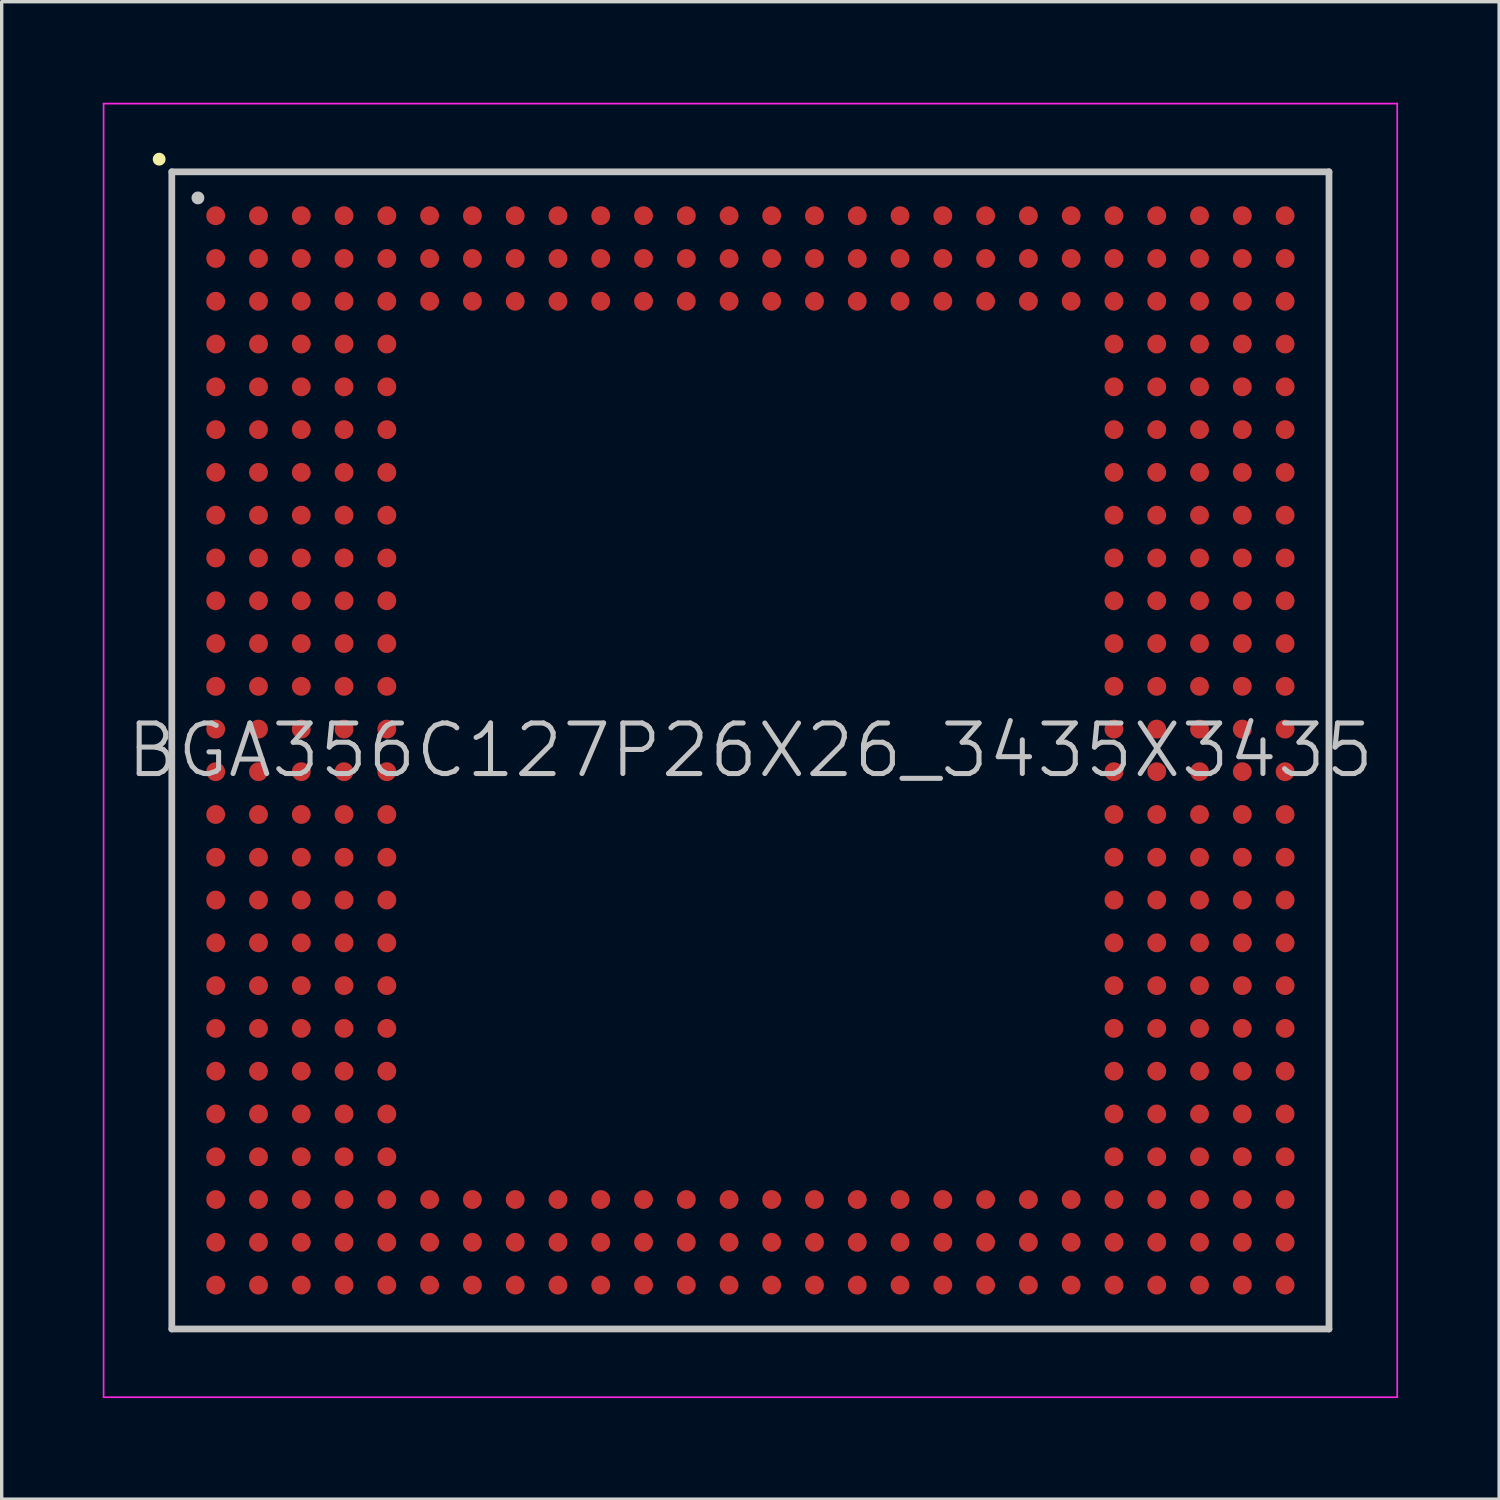
<source format=kicad_pcb>
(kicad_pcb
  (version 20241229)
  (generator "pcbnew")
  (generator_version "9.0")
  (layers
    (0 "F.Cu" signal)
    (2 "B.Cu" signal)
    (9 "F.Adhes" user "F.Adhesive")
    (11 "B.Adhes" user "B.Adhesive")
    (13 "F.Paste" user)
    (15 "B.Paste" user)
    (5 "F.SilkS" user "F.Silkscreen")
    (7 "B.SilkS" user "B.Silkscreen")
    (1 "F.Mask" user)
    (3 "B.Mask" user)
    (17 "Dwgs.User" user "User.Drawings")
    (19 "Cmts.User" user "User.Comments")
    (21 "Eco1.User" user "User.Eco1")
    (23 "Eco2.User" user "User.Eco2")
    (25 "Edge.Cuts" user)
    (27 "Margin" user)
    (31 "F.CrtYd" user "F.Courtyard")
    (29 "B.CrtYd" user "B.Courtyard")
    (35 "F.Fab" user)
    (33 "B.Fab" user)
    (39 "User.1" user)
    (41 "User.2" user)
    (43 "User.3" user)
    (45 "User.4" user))
  (footprint "BGA356C127P26X26_3435X3435"
    (layer "F.Cu")
    (at 19.225 19.225)
    (property "Reference" "BGA356C127P26X26_3435X3435" (at 0 0 0) (layer "Dwgs.User") (effects (font (size 1.5 1.5) (thickness 0.15))))
    (attr smd)
    (fp_line (start -17.55 -17.55) (end -17.55 -17.55) (stroke (width 0.381) (type solid)) (layer "F.SilkS"))
    (fp_line (start -17.175 -17.175) (end -17.175 17.175) (stroke (width 0.2) (type solid)) (layer "Dwgs.User"))
    (fp_line (start -17.175 -17.175) (end 17.175 -17.175) (stroke (width 0.2) (type solid)) (layer "Dwgs.User"))
    (fp_line (start -17.175 17.175) (end 17.175 17.175) (stroke (width 0.2) (type solid)) (layer "Dwgs.User"))
    (fp_line (start -16.4 -16.4) (end -16.4 -16.4) (stroke (width 0.381) (type solid)) (layer "Dwgs.User"))
    (fp_line (start 17.175 -17.175) (end 17.175 17.175) (stroke (width 0.2) (type solid)) (layer "Dwgs.User"))
    (fp_line (start -19.2 -19.2) (end -19.2 19.2) (stroke (width 0.05) (type solid)) (layer "F.CrtYd"))
    (fp_line (start -19.2 -19.2) (end 19.2 -19.2) (stroke (width 0.05) (type solid)) (layer "F.CrtYd"))
    (fp_line (start -19.2 19.2) (end 19.2 19.2) (stroke (width 0.05) (type solid)) (layer "F.CrtYd"))
    (fp_line (start 19.2 -19.2) (end 19.2 19.2) (stroke (width 0.05) (type solid)) (layer "F.CrtYd"))
    (pad "A1" smd circle (at -15.872 -15.872 270) (size 0.56 0.56) (layers "F.Cu" "F.Mask" "F.Paste"))
    (pad "A2" smd circle (at -14.602 -15.872 270) (size 0.56 0.56) (layers "F.Cu" "F.Mask" "F.Paste"))
    (pad "A3" smd circle (at -13.332 -15.872 270) (size 0.56 0.56) (layers "F.Cu" "F.Mask" "F.Paste"))
    (pad "A4" smd circle (at -12.062 -15.872 270) (size 0.56 0.56) (layers "F.Cu" "F.Mask" "F.Paste"))
    (pad "A5" smd circle (at -10.792 -15.872 270) (size 0.56 0.56) (layers "F.Cu" "F.Mask" "F.Paste"))
    (pad "A6" smd circle (at -9.522 -15.872 270) (size 0.56 0.56) (layers "F.Cu" "F.Mask" "F.Paste"))
    (pad "A7" smd circle (at -8.252 -15.872 270) (size 0.56 0.56) (layers "F.Cu" "F.Mask" "F.Paste"))
    (pad "A8" smd circle (at -6.982 -15.872 270) (size 0.56 0.56) (layers "F.Cu" "F.Mask" "F.Paste"))
    (pad "A9" smd circle (at -5.712 -15.872 270) (size 0.56 0.56) (layers "F.Cu" "F.Mask" "F.Paste"))
    (pad "A10" smd circle (at -4.442 -15.872 270) (size 0.56 0.56) (layers "F.Cu" "F.Mask" "F.Paste"))
    (pad "A11" smd circle (at -3.172 -15.872 270) (size 0.56 0.56) (layers "F.Cu" "F.Mask" "F.Paste"))
    (pad "A12" smd circle (at -1.902 -15.872 270) (size 0.56 0.56) (layers "F.Cu" "F.Mask" "F.Paste"))
    (pad "A13" smd circle (at -0.632 -15.872 270) (size 0.56 0.56) (layers "F.Cu" "F.Mask" "F.Paste"))
    (pad "A14" smd circle (at 0.632 -15.872 270) (size 0.56 0.56) (layers "F.Cu" "F.Mask" "F.Paste"))
    (pad "A15" smd circle (at 1.902 -15.872 270) (size 0.56 0.56) (layers "F.Cu" "F.Mask" "F.Paste"))
    (pad "A16" smd circle (at 3.172 -15.872 270) (size 0.56 0.56) (layers "F.Cu" "F.Mask" "F.Paste"))
    (pad "A17" smd circle (at 4.442 -15.872 270) (size 0.56 0.56) (layers "F.Cu" "F.Mask" "F.Paste"))
    (pad "A18" smd circle (at 5.712 -15.872 270) (size 0.56 0.56) (layers "F.Cu" "F.Mask" "F.Paste"))
    (pad "A19" smd circle (at 6.982 -15.872 270) (size 0.56 0.56) (layers "F.Cu" "F.Mask" "F.Paste"))
    (pad "A20" smd circle (at 8.252 -15.872 270) (size 0.56 0.56) (layers "F.Cu" "F.Mask" "F.Paste"))
    (pad "A21" smd circle (at 9.522 -15.872 270) (size 0.56 0.56) (layers "F.Cu" "F.Mask" "F.Paste"))
    (pad "A22" smd circle (at 10.792 -15.872 270) (size 0.56 0.56) (layers "F.Cu" "F.Mask" "F.Paste"))
    (pad "A23" smd circle (at 12.062 -15.872 270) (size 0.56 0.56) (layers "F.Cu" "F.Mask" "F.Paste"))
    (pad "A24" smd circle (at 13.332 -15.872 270) (size 0.56 0.56) (layers "F.Cu" "F.Mask" "F.Paste"))
    (pad "A25" smd circle (at 14.602 -15.872 270) (size 0.56 0.56) (layers "F.Cu" "F.Mask" "F.Paste"))
    (pad "A26" smd circle (at 15.872 -15.872 270) (size 0.56 0.56) (layers "F.Cu" "F.Mask" "F.Paste"))
    (pad "AA1" smd circle (at -15.872 9.522 270) (size 0.56 0.56) (layers "F.Cu" "F.Mask" "F.Paste"))
    (pad "AA2" smd circle (at -14.602 9.522 270) (size 0.56 0.56) (layers "F.Cu" "F.Mask" "F.Paste"))
    (pad "AA3" smd circle (at -13.332 9.522 270) (size 0.56 0.56) (layers "F.Cu" "F.Mask" "F.Paste"))
    (pad "AA4" smd circle (at -12.062 9.522 270) (size 0.56 0.56) (layers "F.Cu" "F.Mask" "F.Paste"))
    (pad "AA5" smd circle (at -10.792 9.522 270) (size 0.56 0.56) (layers "F.Cu" "F.Mask" "F.Paste"))
    (pad "AA22" smd circle (at 10.792 9.522 270) (size 0.56 0.56) (layers "F.Cu" "F.Mask" "F.Paste"))
    (pad "AA23" smd circle (at 12.062 9.522 270) (size 0.56 0.56) (layers "F.Cu" "F.Mask" "F.Paste"))
    (pad "AA24" smd circle (at 13.332 9.522 270) (size 0.56 0.56) (layers "F.Cu" "F.Mask" "F.Paste"))
    (pad "AA25" smd circle (at 14.602 9.522 270) (size 0.56 0.56) (layers "F.Cu" "F.Mask" "F.Paste"))
    (pad "AA26" smd circle (at 15.872 9.522 270) (size 0.56 0.56) (layers "F.Cu" "F.Mask" "F.Paste"))
    (pad "AB1" smd circle (at -15.872 10.792 270) (size 0.56 0.56) (layers "F.Cu" "F.Mask" "F.Paste"))
    (pad "AB2" smd circle (at -14.602 10.792 270) (size 0.56 0.56) (layers "F.Cu" "F.Mask" "F.Paste"))
    (pad "AB3" smd circle (at -13.332 10.792 270) (size 0.56 0.56) (layers "F.Cu" "F.Mask" "F.Paste"))
    (pad "AB4" smd circle (at -12.062 10.792 270) (size 0.56 0.56) (layers "F.Cu" "F.Mask" "F.Paste"))
    (pad "AB5" smd circle (at -10.792 10.792 270) (size 0.56 0.56) (layers "F.Cu" "F.Mask" "F.Paste"))
    (pad "AB22" smd circle (at 10.792 10.792 270) (size 0.56 0.56) (layers "F.Cu" "F.Mask" "F.Paste"))
    (pad "AB23" smd circle (at 12.062 10.792 270) (size 0.56 0.56) (layers "F.Cu" "F.Mask" "F.Paste"))
    (pad "AB24" smd circle (at 13.332 10.792 270) (size 0.56 0.56) (layers "F.Cu" "F.Mask" "F.Paste"))
    (pad "AB25" smd circle (at 14.602 10.792 270) (size 0.56 0.56) (layers "F.Cu" "F.Mask" "F.Paste"))
    (pad "AB26" smd circle (at 15.872 10.792 270) (size 0.56 0.56) (layers "F.Cu" "F.Mask" "F.Paste"))
    (pad "AC1" smd circle (at -15.872 12.062 270) (size 0.56 0.56) (layers "F.Cu" "F.Mask" "F.Paste"))
    (pad "AC2" smd circle (at -14.602 12.062 270) (size 0.56 0.56) (layers "F.Cu" "F.Mask" "F.Paste"))
    (pad "AC3" smd circle (at -13.332 12.062 270) (size 0.56 0.56) (layers "F.Cu" "F.Mask" "F.Paste"))
    (pad "AC4" smd circle (at -12.062 12.062 270) (size 0.56 0.56) (layers "F.Cu" "F.Mask" "F.Paste"))
    (pad "AC5" smd circle (at -10.792 12.062 270) (size 0.56 0.56) (layers "F.Cu" "F.Mask" "F.Paste"))
    (pad "AC22" smd circle (at 10.792 12.062 270) (size 0.56 0.56) (layers "F.Cu" "F.Mask" "F.Paste"))
    (pad "AC23" smd circle (at 12.062 12.062 270) (size 0.56 0.56) (layers "F.Cu" "F.Mask" "F.Paste"))
    (pad "AC24" smd circle (at 13.332 12.062 270) (size 0.56 0.56) (layers "F.Cu" "F.Mask" "F.Paste"))
    (pad "AC25" smd circle (at 14.602 12.062 270) (size 0.56 0.56) (layers "F.Cu" "F.Mask" "F.Paste"))
    (pad "AC26" smd circle (at 15.872 12.062 270) (size 0.56 0.56) (layers "F.Cu" "F.Mask" "F.Paste"))
    (pad "AD1" smd circle (at -15.872 13.332 270) (size 0.56 0.56) (layers "F.Cu" "F.Mask" "F.Paste"))
    (pad "AD2" smd circle (at -14.602 13.332 270) (size 0.56 0.56) (layers "F.Cu" "F.Mask" "F.Paste"))
    (pad "AD3" smd circle (at -13.332 13.332 270) (size 0.56 0.56) (layers "F.Cu" "F.Mask" "F.Paste"))
    (pad "AD4" smd circle (at -12.062 13.332 270) (size 0.56 0.56) (layers "F.Cu" "F.Mask" "F.Paste"))
    (pad "AD5" smd circle (at -10.792 13.332 270) (size 0.56 0.56) (layers "F.Cu" "F.Mask" "F.Paste"))
    (pad "AD6" smd circle (at -9.522 13.332 270) (size 0.56 0.56) (layers "F.Cu" "F.Mask" "F.Paste"))
    (pad "AD7" smd circle (at -8.252 13.332 270) (size 0.56 0.56) (layers "F.Cu" "F.Mask" "F.Paste"))
    (pad "AD8" smd circle (at -6.982 13.332 270) (size 0.56 0.56) (layers "F.Cu" "F.Mask" "F.Paste"))
    (pad "AD9" smd circle (at -5.712 13.332 270) (size 0.56 0.56) (layers "F.Cu" "F.Mask" "F.Paste"))
    (pad "AD10" smd circle (at -4.442 13.332 270) (size 0.56 0.56) (layers "F.Cu" "F.Mask" "F.Paste"))
    (pad "AD11" smd circle (at -3.172 13.332 270) (size 0.56 0.56) (layers "F.Cu" "F.Mask" "F.Paste"))
    (pad "AD12" smd circle (at -1.902 13.332 270) (size 0.56 0.56) (layers "F.Cu" "F.Mask" "F.Paste"))
    (pad "AD13" smd circle (at -0.632 13.332 270) (size 0.56 0.56) (layers "F.Cu" "F.Mask" "F.Paste"))
    (pad "AD14" smd circle (at 0.632 13.332 270) (size 0.56 0.56) (layers "F.Cu" "F.Mask" "F.Paste"))
    (pad "AD15" smd circle (at 1.902 13.332 270) (size 0.56 0.56) (layers "F.Cu" "F.Mask" "F.Paste"))
    (pad "AD16" smd circle (at 3.172 13.332 270) (size 0.56 0.56) (layers "F.Cu" "F.Mask" "F.Paste"))
    (pad "AD17" smd circle (at 4.442 13.332 270) (size 0.56 0.56) (layers "F.Cu" "F.Mask" "F.Paste"))
    (pad "AD18" smd circle (at 5.712 13.332 270) (size 0.56 0.56) (layers "F.Cu" "F.Mask" "F.Paste"))
    (pad "AD19" smd circle (at 6.982 13.332 270) (size 0.56 0.56) (layers "F.Cu" "F.Mask" "F.Paste"))
    (pad "AD20" smd circle (at 8.252 13.332 270) (size 0.56 0.56) (layers "F.Cu" "F.Mask" "F.Paste"))
    (pad "AD21" smd circle (at 9.522 13.332 270) (size 0.56 0.56) (layers "F.Cu" "F.Mask" "F.Paste"))
    (pad "AD22" smd circle (at 10.792 13.332 270) (size 0.56 0.56) (layers "F.Cu" "F.Mask" "F.Paste"))
    (pad "AD23" smd circle (at 12.062 13.332 270) (size 0.56 0.56) (layers "F.Cu" "F.Mask" "F.Paste"))
    (pad "AD24" smd circle (at 13.332 13.332 270) (size 0.56 0.56) (layers "F.Cu" "F.Mask" "F.Paste"))
    (pad "AD25" smd circle (at 14.602 13.332 270) (size 0.56 0.56) (layers "F.Cu" "F.Mask" "F.Paste"))
    (pad "AD26" smd circle (at 15.872 13.332 270) (size 0.56 0.56) (layers "F.Cu" "F.Mask" "F.Paste"))
    (pad "AE1" smd circle (at -15.872 14.602 270) (size 0.56 0.56) (layers "F.Cu" "F.Mask" "F.Paste"))
    (pad "AE2" smd circle (at -14.602 14.602 270) (size 0.56 0.56) (layers "F.Cu" "F.Mask" "F.Paste"))
    (pad "AE3" smd circle (at -13.332 14.602 270) (size 0.56 0.56) (layers "F.Cu" "F.Mask" "F.Paste"))
    (pad "AE4" smd circle (at -12.062 14.602 270) (size 0.56 0.56) (layers "F.Cu" "F.Mask" "F.Paste"))
    (pad "AE5" smd circle (at -10.792 14.602 270) (size 0.56 0.56) (layers "F.Cu" "F.Mask" "F.Paste"))
    (pad "AE6" smd circle (at -9.522 14.602 270) (size 0.56 0.56) (layers "F.Cu" "F.Mask" "F.Paste"))
    (pad "AE7" smd circle (at -8.252 14.602 270) (size 0.56 0.56) (layers "F.Cu" "F.Mask" "F.Paste"))
    (pad "AE8" smd circle (at -6.982 14.602 270) (size 0.56 0.56) (layers "F.Cu" "F.Mask" "F.Paste"))
    (pad "AE9" smd circle (at -5.712 14.602 270) (size 0.56 0.56) (layers "F.Cu" "F.Mask" "F.Paste"))
    (pad "AE10" smd circle (at -4.442 14.602 270) (size 0.56 0.56) (layers "F.Cu" "F.Mask" "F.Paste"))
    (pad "AE11" smd circle (at -3.172 14.602 270) (size 0.56 0.56) (layers "F.Cu" "F.Mask" "F.Paste"))
    (pad "AE12" smd circle (at -1.902 14.602 270) (size 0.56 0.56) (layers "F.Cu" "F.Mask" "F.Paste"))
    (pad "AE13" smd circle (at -0.632 14.602 270) (size 0.56 0.56) (layers "F.Cu" "F.Mask" "F.Paste"))
    (pad "AE14" smd circle (at 0.632 14.602 270) (size 0.56 0.56) (layers "F.Cu" "F.Mask" "F.Paste"))
    (pad "AE15" smd circle (at 1.902 14.602 270) (size 0.56 0.56) (layers "F.Cu" "F.Mask" "F.Paste"))
    (pad "AE16" smd circle (at 3.172 14.602 270) (size 0.56 0.56) (layers "F.Cu" "F.Mask" "F.Paste"))
    (pad "AE17" smd circle (at 4.442 14.602 270) (size 0.56 0.56) (layers "F.Cu" "F.Mask" "F.Paste"))
    (pad "AE18" smd circle (at 5.712 14.602 270) (size 0.56 0.56) (layers "F.Cu" "F.Mask" "F.Paste"))
    (pad "AE19" smd circle (at 6.982 14.602 270) (size 0.56 0.56) (layers "F.Cu" "F.Mask" "F.Paste"))
    (pad "AE20" smd circle (at 8.252 14.602 270) (size 0.56 0.56) (layers "F.Cu" "F.Mask" "F.Paste"))
    (pad "AE21" smd circle (at 9.522 14.602 270) (size 0.56 0.56) (layers "F.Cu" "F.Mask" "F.Paste"))
    (pad "AE22" smd circle (at 10.792 14.602 270) (size 0.56 0.56) (layers "F.Cu" "F.Mask" "F.Paste"))
    (pad "AE23" smd circle (at 12.062 14.602 270) (size 0.56 0.56) (layers "F.Cu" "F.Mask" "F.Paste"))
    (pad "AE24" smd circle (at 13.332 14.602 270) (size 0.56 0.56) (layers "F.Cu" "F.Mask" "F.Paste"))
    (pad "AE25" smd circle (at 14.602 14.602 270) (size 0.56 0.56) (layers "F.Cu" "F.Mask" "F.Paste"))
    (pad "AE26" smd circle (at 15.872 14.602 270) (size 0.56 0.56) (layers "F.Cu" "F.Mask" "F.Paste"))
    (pad "AF1" smd circle (at -15.872 15.872 270) (size 0.56 0.56) (layers "F.Cu" "F.Mask" "F.Paste"))
    (pad "AF2" smd circle (at -14.602 15.872 270) (size 0.56 0.56) (layers "F.Cu" "F.Mask" "F.Paste"))
    (pad "AF3" smd circle (at -13.332 15.872 270) (size 0.56 0.56) (layers "F.Cu" "F.Mask" "F.Paste"))
    (pad "AF4" smd circle (at -12.062 15.872 270) (size 0.56 0.56) (layers "F.Cu" "F.Mask" "F.Paste"))
    (pad "AF5" smd circle (at -10.792 15.872 270) (size 0.56 0.56) (layers "F.Cu" "F.Mask" "F.Paste"))
    (pad "AF6" smd circle (at -9.522 15.872 270) (size 0.56 0.56) (layers "F.Cu" "F.Mask" "F.Paste"))
    (pad "AF7" smd circle (at -8.252 15.872 270) (size 0.56 0.56) (layers "F.Cu" "F.Mask" "F.Paste"))
    (pad "AF8" smd circle (at -6.982 15.872 270) (size 0.56 0.56) (layers "F.Cu" "F.Mask" "F.Paste"))
    (pad "AF9" smd circle (at -5.712 15.872 270) (size 0.56 0.56) (layers "F.Cu" "F.Mask" "F.Paste"))
    (pad "AF10" smd circle (at -4.442 15.872 270) (size 0.56 0.56) (layers "F.Cu" "F.Mask" "F.Paste"))
    (pad "AF11" smd circle (at -3.172 15.872 270) (size 0.56 0.56) (layers "F.Cu" "F.Mask" "F.Paste"))
    (pad "AF12" smd circle (at -1.902 15.872 270) (size 0.56 0.56) (layers "F.Cu" "F.Mask" "F.Paste"))
    (pad "AF13" smd circle (at -0.632 15.872 270) (size 0.56 0.56) (layers "F.Cu" "F.Mask" "F.Paste"))
    (pad "AF14" smd circle (at 0.632 15.872 270) (size 0.56 0.56) (layers "F.Cu" "F.Mask" "F.Paste"))
    (pad "AF15" smd circle (at 1.902 15.872 270) (size 0.56 0.56) (layers "F.Cu" "F.Mask" "F.Paste"))
    (pad "AF16" smd circle (at 3.172 15.872 270) (size 0.56 0.56) (layers "F.Cu" "F.Mask" "F.Paste"))
    (pad "AF17" smd circle (at 4.442 15.872 270) (size 0.56 0.56) (layers "F.Cu" "F.Mask" "F.Paste"))
    (pad "AF18" smd circle (at 5.712 15.872 270) (size 0.56 0.56) (layers "F.Cu" "F.Mask" "F.Paste"))
    (pad "AF19" smd circle (at 6.982 15.872 270) (size 0.56 0.56) (layers "F.Cu" "F.Mask" "F.Paste"))
    (pad "AF20" smd circle (at 8.252 15.872 270) (size 0.56 0.56) (layers "F.Cu" "F.Mask" "F.Paste"))
    (pad "AF21" smd circle (at 9.522 15.872 270) (size 0.56 0.56) (layers "F.Cu" "F.Mask" "F.Paste"))
    (pad "AF22" smd circle (at 10.792 15.872 270) (size 0.56 0.56) (layers "F.Cu" "F.Mask" "F.Paste"))
    (pad "AF23" smd circle (at 12.062 15.872 270) (size 0.56 0.56) (layers "F.Cu" "F.Mask" "F.Paste"))
    (pad "AF24" smd circle (at 13.332 15.872 270) (size 0.56 0.56) (layers "F.Cu" "F.Mask" "F.Paste"))
    (pad "AF25" smd circle (at 14.602 15.872 270) (size 0.56 0.56) (layers "F.Cu" "F.Mask" "F.Paste"))
    (pad "AF26" smd circle (at 15.872 15.872 270) (size 0.56 0.56) (layers "F.Cu" "F.Mask" "F.Paste"))
    (pad "B1" smd circle (at -15.872 -14.602 270) (size 0.56 0.56) (layers "F.Cu" "F.Mask" "F.Paste"))
    (pad "B2" smd circle (at -14.602 -14.602 270) (size 0.56 0.56) (layers "F.Cu" "F.Mask" "F.Paste"))
    (pad "B3" smd circle (at -13.332 -14.602 270) (size 0.56 0.56) (layers "F.Cu" "F.Mask" "F.Paste"))
    (pad "B4" smd circle (at -12.062 -14.602 270) (size 0.56 0.56) (layers "F.Cu" "F.Mask" "F.Paste"))
    (pad "B5" smd circle (at -10.792 -14.602 270) (size 0.56 0.56) (layers "F.Cu" "F.Mask" "F.Paste"))
    (pad "B6" smd circle (at -9.522 -14.602 270) (size 0.56 0.56) (layers "F.Cu" "F.Mask" "F.Paste"))
    (pad "B7" smd circle (at -8.252 -14.602 270) (size 0.56 0.56) (layers "F.Cu" "F.Mask" "F.Paste"))
    (pad "B8" smd circle (at -6.982 -14.602 270) (size 0.56 0.56) (layers "F.Cu" "F.Mask" "F.Paste"))
    (pad "B9" smd circle (at -5.712 -14.602 270) (size 0.56 0.56) (layers "F.Cu" "F.Mask" "F.Paste"))
    (pad "B10" smd circle (at -4.442 -14.602 270) (size 0.56 0.56) (layers "F.Cu" "F.Mask" "F.Paste"))
    (pad "B11" smd circle (at -3.172 -14.602 270) (size 0.56 0.56) (layers "F.Cu" "F.Mask" "F.Paste"))
    (pad "B12" smd circle (at -1.902 -14.602 270) (size 0.56 0.56) (layers "F.Cu" "F.Mask" "F.Paste"))
    (pad "B13" smd circle (at -0.632 -14.602 270) (size 0.56 0.56) (layers "F.Cu" "F.Mask" "F.Paste"))
    (pad "B14" smd circle (at 0.632 -14.602 270) (size 0.56 0.56) (layers "F.Cu" "F.Mask" "F.Paste"))
    (pad "B15" smd circle (at 1.902 -14.602 270) (size 0.56 0.56) (layers "F.Cu" "F.Mask" "F.Paste"))
    (pad "B16" smd circle (at 3.172 -14.602 270) (size 0.56 0.56) (layers "F.Cu" "F.Mask" "F.Paste"))
    (pad "B17" smd circle (at 4.442 -14.602 270) (size 0.56 0.56) (layers "F.Cu" "F.Mask" "F.Paste"))
    (pad "B18" smd circle (at 5.712 -14.602 270) (size 0.56 0.56) (layers "F.Cu" "F.Mask" "F.Paste"))
    (pad "B19" smd circle (at 6.982 -14.602 270) (size 0.56 0.56) (layers "F.Cu" "F.Mask" "F.Paste"))
    (pad "B20" smd circle (at 8.252 -14.602 270) (size 0.56 0.56) (layers "F.Cu" "F.Mask" "F.Paste"))
    (pad "B21" smd circle (at 9.522 -14.602 270) (size 0.56 0.56) (layers "F.Cu" "F.Mask" "F.Paste"))
    (pad "B22" smd circle (at 10.792 -14.602 270) (size 0.56 0.56) (layers "F.Cu" "F.Mask" "F.Paste"))
    (pad "B23" smd circle (at 12.062 -14.602 270) (size 0.56 0.56) (layers "F.Cu" "F.Mask" "F.Paste"))
    (pad "B24" smd circle (at 13.332 -14.602 270) (size 0.56 0.56) (layers "F.Cu" "F.Mask" "F.Paste"))
    (pad "B25" smd circle (at 14.602 -14.602 270) (size 0.56 0.56) (layers "F.Cu" "F.Mask" "F.Paste"))
    (pad "B26" smd circle (at 15.872 -14.602 270) (size 0.56 0.56) (layers "F.Cu" "F.Mask" "F.Paste"))
    (pad "C1" smd circle (at -15.872 -13.332 270) (size 0.56 0.56) (layers "F.Cu" "F.Mask" "F.Paste"))
    (pad "C2" smd circle (at -14.602 -13.332 270) (size 0.56 0.56) (layers "F.Cu" "F.Mask" "F.Paste"))
    (pad "C3" smd circle (at -13.332 -13.332 270) (size 0.56 0.56) (layers "F.Cu" "F.Mask" "F.Paste"))
    (pad "C4" smd circle (at -12.062 -13.332 270) (size 0.56 0.56) (layers "F.Cu" "F.Mask" "F.Paste"))
    (pad "C5" smd circle (at -10.792 -13.332 270) (size 0.56 0.56) (layers "F.Cu" "F.Mask" "F.Paste"))
    (pad "C6" smd circle (at -9.522 -13.332 270) (size 0.56 0.56) (layers "F.Cu" "F.Mask" "F.Paste"))
    (pad "C7" smd circle (at -8.252 -13.332 270) (size 0.56 0.56) (layers "F.Cu" "F.Mask" "F.Paste"))
    (pad "C8" smd circle (at -6.982 -13.332 270) (size 0.56 0.56) (layers "F.Cu" "F.Mask" "F.Paste"))
    (pad "C9" smd circle (at -5.712 -13.332 270) (size 0.56 0.56) (layers "F.Cu" "F.Mask" "F.Paste"))
    (pad "C10" smd circle (at -4.442 -13.332 270) (size 0.56 0.56) (layers "F.Cu" "F.Mask" "F.Paste"))
    (pad "C11" smd circle (at -3.172 -13.332 270) (size 0.56 0.56) (layers "F.Cu" "F.Mask" "F.Paste"))
    (pad "C12" smd circle (at -1.902 -13.332 270) (size 0.56 0.56) (layers "F.Cu" "F.Mask" "F.Paste"))
    (pad "C13" smd circle (at -0.632 -13.332 270) (size 0.56 0.56) (layers "F.Cu" "F.Mask" "F.Paste"))
    (pad "C14" smd circle (at 0.632 -13.332 270) (size 0.56 0.56) (layers "F.Cu" "F.Mask" "F.Paste"))
    (pad "C15" smd circle (at 1.902 -13.332 270) (size 0.56 0.56) (layers "F.Cu" "F.Mask" "F.Paste"))
    (pad "C16" smd circle (at 3.172 -13.332 270) (size 0.56 0.56) (layers "F.Cu" "F.Mask" "F.Paste"))
    (pad "C17" smd circle (at 4.442 -13.332 270) (size 0.56 0.56) (layers "F.Cu" "F.Mask" "F.Paste"))
    (pad "C18" smd circle (at 5.712 -13.332 270) (size 0.56 0.56) (layers "F.Cu" "F.Mask" "F.Paste"))
    (pad "C19" smd circle (at 6.982 -13.332 270) (size 0.56 0.56) (layers "F.Cu" "F.Mask" "F.Paste"))
    (pad "C20" smd circle (at 8.252 -13.332 270) (size 0.56 0.56) (layers "F.Cu" "F.Mask" "F.Paste"))
    (pad "C21" smd circle (at 9.522 -13.332 270) (size 0.56 0.56) (layers "F.Cu" "F.Mask" "F.Paste"))
    (pad "C22" smd circle (at 10.792 -13.332 270) (size 0.56 0.56) (layers "F.Cu" "F.Mask" "F.Paste"))
    (pad "C23" smd circle (at 12.062 -13.332 270) (size 0.56 0.56) (layers "F.Cu" "F.Mask" "F.Paste"))
    (pad "C24" smd circle (at 13.332 -13.332 270) (size 0.56 0.56) (layers "F.Cu" "F.Mask" "F.Paste"))
    (pad "C25" smd circle (at 14.602 -13.332 270) (size 0.56 0.56) (layers "F.Cu" "F.Mask" "F.Paste"))
    (pad "C26" smd circle (at 15.872 -13.332 270) (size 0.56 0.56) (layers "F.Cu" "F.Mask" "F.Paste"))
    (pad "D1" smd circle (at -15.872 -12.062 270) (size 0.56 0.56) (layers "F.Cu" "F.Mask" "F.Paste"))
    (pad "D2" smd circle (at -14.602 -12.062 270) (size 0.56 0.56) (layers "F.Cu" "F.Mask" "F.Paste"))
    (pad "D3" smd circle (at -13.332 -12.062 270) (size 0.56 0.56) (layers "F.Cu" "F.Mask" "F.Paste"))
    (pad "D4" smd circle (at -12.062 -12.062 270) (size 0.56 0.56) (layers "F.Cu" "F.Mask" "F.Paste"))
    (pad "D5" smd circle (at -10.792 -12.062 270) (size 0.56 0.56) (layers "F.Cu" "F.Mask" "F.Paste"))
    (pad "D22" smd circle (at 10.792 -12.062 270) (size 0.56 0.56) (layers "F.Cu" "F.Mask" "F.Paste"))
    (pad "D23" smd circle (at 12.062 -12.062 270) (size 0.56 0.56) (layers "F.Cu" "F.Mask" "F.Paste"))
    (pad "D24" smd circle (at 13.332 -12.062 270) (size 0.56 0.56) (layers "F.Cu" "F.Mask" "F.Paste"))
    (pad "D25" smd circle (at 14.602 -12.062 270) (size 0.56 0.56) (layers "F.Cu" "F.Mask" "F.Paste"))
    (pad "D26" smd circle (at 15.872 -12.062 270) (size 0.56 0.56) (layers "F.Cu" "F.Mask" "F.Paste"))
    (pad "E1" smd circle (at -15.872 -10.792 270) (size 0.56 0.56) (layers "F.Cu" "F.Mask" "F.Paste"))
    (pad "E2" smd circle (at -14.602 -10.792 270) (size 0.56 0.56) (layers "F.Cu" "F.Mask" "F.Paste"))
    (pad "E3" smd circle (at -13.332 -10.792 270) (size 0.56 0.56) (layers "F.Cu" "F.Mask" "F.Paste"))
    (pad "E4" smd circle (at -12.062 -10.792 270) (size 0.56 0.56) (layers "F.Cu" "F.Mask" "F.Paste"))
    (pad "E5" smd circle (at -10.792 -10.792 270) (size 0.56 0.56) (layers "F.Cu" "F.Mask" "F.Paste"))
    (pad "E22" smd circle (at 10.792 -10.792 270) (size 0.56 0.56) (layers "F.Cu" "F.Mask" "F.Paste"))
    (pad "E23" smd circle (at 12.062 -10.792 270) (size 0.56 0.56) (layers "F.Cu" "F.Mask" "F.Paste"))
    (pad "E24" smd circle (at 13.332 -10.792 270) (size 0.56 0.56) (layers "F.Cu" "F.Mask" "F.Paste"))
    (pad "E25" smd circle (at 14.602 -10.792 270) (size 0.56 0.56) (layers "F.Cu" "F.Mask" "F.Paste"))
    (pad "E26" smd circle (at 15.872 -10.792 270) (size 0.56 0.56) (layers "F.Cu" "F.Mask" "F.Paste"))
    (pad "F1" smd circle (at -15.872 -9.522 270) (size 0.56 0.56) (layers "F.Cu" "F.Mask" "F.Paste"))
    (pad "F2" smd circle (at -14.602 -9.522 270) (size 0.56 0.56) (layers "F.Cu" "F.Mask" "F.Paste"))
    (pad "F3" smd circle (at -13.332 -9.522 270) (size 0.56 0.56) (layers "F.Cu" "F.Mask" "F.Paste"))
    (pad "F4" smd circle (at -12.062 -9.522 270) (size 0.56 0.56) (layers "F.Cu" "F.Mask" "F.Paste"))
    (pad "F5" smd circle (at -10.792 -9.522 270) (size 0.56 0.56) (layers "F.Cu" "F.Mask" "F.Paste"))
    (pad "F22" smd circle (at 10.792 -9.522 270) (size 0.56 0.56) (layers "F.Cu" "F.Mask" "F.Paste"))
    (pad "F23" smd circle (at 12.062 -9.522 270) (size 0.56 0.56) (layers "F.Cu" "F.Mask" "F.Paste"))
    (pad "F24" smd circle (at 13.332 -9.522 270) (size 0.56 0.56) (layers "F.Cu" "F.Mask" "F.Paste"))
    (pad "F25" smd circle (at 14.602 -9.522 270) (size 0.56 0.56) (layers "F.Cu" "F.Mask" "F.Paste"))
    (pad "F26" smd circle (at 15.872 -9.522 270) (size 0.56 0.56) (layers "F.Cu" "F.Mask" "F.Paste"))
    (pad "G1" smd circle (at -15.872 -8.252 270) (size 0.56 0.56) (layers "F.Cu" "F.Mask" "F.Paste"))
    (pad "G2" smd circle (at -14.602 -8.252 270) (size 0.56 0.56) (layers "F.Cu" "F.Mask" "F.Paste"))
    (pad "G3" smd circle (at -13.332 -8.252 270) (size 0.56 0.56) (layers "F.Cu" "F.Mask" "F.Paste"))
    (pad "G4" smd circle (at -12.062 -8.252 270) (size 0.56 0.56) (layers "F.Cu" "F.Mask" "F.Paste"))
    (pad "G5" smd circle (at -10.792 -8.252 270) (size 0.56 0.56) (layers "F.Cu" "F.Mask" "F.Paste"))
    (pad "G22" smd circle (at 10.792 -8.252 270) (size 0.56 0.56) (layers "F.Cu" "F.Mask" "F.Paste"))
    (pad "G23" smd circle (at 12.062 -8.252 270) (size 0.56 0.56) (layers "F.Cu" "F.Mask" "F.Paste"))
    (pad "G24" smd circle (at 13.332 -8.252 270) (size 0.56 0.56) (layers "F.Cu" "F.Mask" "F.Paste"))
    (pad "G25" smd circle (at 14.602 -8.252 270) (size 0.56 0.56) (layers "F.Cu" "F.Mask" "F.Paste"))
    (pad "G26" smd circle (at 15.872 -8.252 270) (size 0.56 0.56) (layers "F.Cu" "F.Mask" "F.Paste"))
    (pad "H1" smd circle (at -15.872 -6.982 270) (size 0.56 0.56) (layers "F.Cu" "F.Mask" "F.Paste"))
    (pad "H2" smd circle (at -14.602 -6.982 270) (size 0.56 0.56) (layers "F.Cu" "F.Mask" "F.Paste"))
    (pad "H3" smd circle (at -13.332 -6.982 270) (size 0.56 0.56) (layers "F.Cu" "F.Mask" "F.Paste"))
    (pad "H4" smd circle (at -12.062 -6.982 270) (size 0.56 0.56) (layers "F.Cu" "F.Mask" "F.Paste"))
    (pad "H5" smd circle (at -10.792 -6.982 270) (size 0.56 0.56) (layers "F.Cu" "F.Mask" "F.Paste"))
    (pad "H22" smd circle (at 10.792 -6.982 270) (size 0.56 0.56) (layers "F.Cu" "F.Mask" "F.Paste"))
    (pad "H23" smd circle (at 12.062 -6.982 270) (size 0.56 0.56) (layers "F.Cu" "F.Mask" "F.Paste"))
    (pad "H24" smd circle (at 13.332 -6.982 270) (size 0.56 0.56) (layers "F.Cu" "F.Mask" "F.Paste"))
    (pad "H25" smd circle (at 14.602 -6.982 270) (size 0.56 0.56) (layers "F.Cu" "F.Mask" "F.Paste"))
    (pad "H26" smd circle (at 15.872 -6.982 270) (size 0.56 0.56) (layers "F.Cu" "F.Mask" "F.Paste"))
    (pad "J1" smd circle (at -15.872 -5.712 270) (size 0.56 0.56) (layers "F.Cu" "F.Mask" "F.Paste"))
    (pad "J2" smd circle (at -14.602 -5.712 270) (size 0.56 0.56) (layers "F.Cu" "F.Mask" "F.Paste"))
    (pad "J3" smd circle (at -13.332 -5.712 270) (size 0.56 0.56) (layers "F.Cu" "F.Mask" "F.Paste"))
    (pad "J4" smd circle (at -12.062 -5.712 270) (size 0.56 0.56) (layers "F.Cu" "F.Mask" "F.Paste"))
    (pad "J5" smd circle (at -10.792 -5.712 270) (size 0.56 0.56) (layers "F.Cu" "F.Mask" "F.Paste"))
    (pad "J22" smd circle (at 10.792 -5.712 270) (size 0.56 0.56) (layers "F.Cu" "F.Mask" "F.Paste"))
    (pad "J23" smd circle (at 12.062 -5.712 270) (size 0.56 0.56) (layers "F.Cu" "F.Mask" "F.Paste"))
    (pad "J24" smd circle (at 13.332 -5.712 270) (size 0.56 0.56) (layers "F.Cu" "F.Mask" "F.Paste"))
    (pad "J25" smd circle (at 14.602 -5.712 270) (size 0.56 0.56) (layers "F.Cu" "F.Mask" "F.Paste"))
    (pad "J26" smd circle (at 15.872 -5.712 270) (size 0.56 0.56) (layers "F.Cu" "F.Mask" "F.Paste"))
    (pad "K1" smd circle (at -15.872 -4.442 270) (size 0.56 0.56) (layers "F.Cu" "F.Mask" "F.Paste"))
    (pad "K2" smd circle (at -14.602 -4.442 270) (size 0.56 0.56) (layers "F.Cu" "F.Mask" "F.Paste"))
    (pad "K3" smd circle (at -13.332 -4.442 270) (size 0.56 0.56) (layers "F.Cu" "F.Mask" "F.Paste"))
    (pad "K4" smd circle (at -12.062 -4.442 270) (size 0.56 0.56) (layers "F.Cu" "F.Mask" "F.Paste"))
    (pad "K5" smd circle (at -10.792 -4.442 270) (size 0.56 0.56) (layers "F.Cu" "F.Mask" "F.Paste"))
    (pad "K22" smd circle (at 10.792 -4.442 270) (size 0.56 0.56) (layers "F.Cu" "F.Mask" "F.Paste"))
    (pad "K23" smd circle (at 12.062 -4.442 270) (size 0.56 0.56) (layers "F.Cu" "F.Mask" "F.Paste"))
    (pad "K24" smd circle (at 13.332 -4.442 270) (size 0.56 0.56) (layers "F.Cu" "F.Mask" "F.Paste"))
    (pad "K25" smd circle (at 14.602 -4.442 270) (size 0.56 0.56) (layers "F.Cu" "F.Mask" "F.Paste"))
    (pad "K26" smd circle (at 15.872 -4.442 270) (size 0.56 0.56) (layers "F.Cu" "F.Mask" "F.Paste"))
    (pad "L1" smd circle (at -15.872 -3.172 270) (size 0.56 0.56) (layers "F.Cu" "F.Mask" "F.Paste"))
    (pad "L2" smd circle (at -14.602 -3.172 270) (size 0.56 0.56) (layers "F.Cu" "F.Mask" "F.Paste"))
    (pad "L3" smd circle (at -13.332 -3.172 270) (size 0.56 0.56) (layers "F.Cu" "F.Mask" "F.Paste"))
    (pad "L4" smd circle (at -12.062 -3.172 270) (size 0.56 0.56) (layers "F.Cu" "F.Mask" "F.Paste"))
    (pad "L5" smd circle (at -10.792 -3.172 270) (size 0.56 0.56) (layers "F.Cu" "F.Mask" "F.Paste"))
    (pad "L22" smd circle (at 10.792 -3.172 270) (size 0.56 0.56) (layers "F.Cu" "F.Mask" "F.Paste"))
    (pad "L23" smd circle (at 12.062 -3.172 270) (size 0.56 0.56) (layers "F.Cu" "F.Mask" "F.Paste"))
    (pad "L24" smd circle (at 13.332 -3.172 270) (size 0.56 0.56) (layers "F.Cu" "F.Mask" "F.Paste"))
    (pad "L25" smd circle (at 14.602 -3.172 270) (size 0.56 0.56) (layers "F.Cu" "F.Mask" "F.Paste"))
    (pad "L26" smd circle (at 15.872 -3.172 270) (size 0.56 0.56) (layers "F.Cu" "F.Mask" "F.Paste"))
    (pad "M1" smd circle (at -15.872 -1.902 270) (size 0.56 0.56) (layers "F.Cu" "F.Mask" "F.Paste"))
    (pad "M2" smd circle (at -14.602 -1.902 270) (size 0.56 0.56) (layers "F.Cu" "F.Mask" "F.Paste"))
    (pad "M3" smd circle (at -13.332 -1.902 270) (size 0.56 0.56) (layers "F.Cu" "F.Mask" "F.Paste"))
    (pad "M4" smd circle (at -12.062 -1.902 270) (size 0.56 0.56) (layers "F.Cu" "F.Mask" "F.Paste"))
    (pad "M5" smd circle (at -10.792 -1.902 270) (size 0.56 0.56) (layers "F.Cu" "F.Mask" "F.Paste"))
    (pad "M22" smd circle (at 10.792 -1.902 270) (size 0.56 0.56) (layers "F.Cu" "F.Mask" "F.Paste"))
    (pad "M23" smd circle (at 12.062 -1.902 270) (size 0.56 0.56) (layers "F.Cu" "F.Mask" "F.Paste"))
    (pad "M24" smd circle (at 13.332 -1.902 270) (size 0.56 0.56) (layers "F.Cu" "F.Mask" "F.Paste"))
    (pad "M25" smd circle (at 14.602 -1.902 270) (size 0.56 0.56) (layers "F.Cu" "F.Mask" "F.Paste"))
    (pad "M26" smd circle (at 15.872 -1.902 270) (size 0.56 0.56) (layers "F.Cu" "F.Mask" "F.Paste"))
    (pad "N1" smd circle (at -15.872 -0.632 270) (size 0.56 0.56) (layers "F.Cu" "F.Mask" "F.Paste"))
    (pad "N2" smd circle (at -14.602 -0.632 270) (size 0.56 0.56) (layers "F.Cu" "F.Mask" "F.Paste"))
    (pad "N3" smd circle (at -13.332 -0.632 270) (size 0.56 0.56) (layers "F.Cu" "F.Mask" "F.Paste"))
    (pad "N4" smd circle (at -12.062 -0.632 270) (size 0.56 0.56) (layers "F.Cu" "F.Mask" "F.Paste"))
    (pad "N5" smd circle (at -10.792 -0.632 270) (size 0.56 0.56) (layers "F.Cu" "F.Mask" "F.Paste"))
    (pad "N22" smd circle (at 10.792 -0.632 270) (size 0.56 0.56) (layers "F.Cu" "F.Mask" "F.Paste"))
    (pad "N23" smd circle (at 12.062 -0.632 270) (size 0.56 0.56) (layers "F.Cu" "F.Mask" "F.Paste"))
    (pad "N24" smd circle (at 13.332 -0.632 270) (size 0.56 0.56) (layers "F.Cu" "F.Mask" "F.Paste"))
    (pad "N25" smd circle (at 14.602 -0.632 270) (size 0.56 0.56) (layers "F.Cu" "F.Mask" "F.Paste"))
    (pad "N26" smd circle (at 15.872 -0.632 270) (size 0.56 0.56) (layers "F.Cu" "F.Mask" "F.Paste"))
    (pad "P1" smd circle (at -15.872 0.632 270) (size 0.56 0.56) (layers "F.Cu" "F.Mask" "F.Paste"))
    (pad "P2" smd circle (at -14.602 0.632 270) (size 0.56 0.56) (layers "F.Cu" "F.Mask" "F.Paste"))
    (pad "P3" smd circle (at -13.332 0.632 270) (size 0.56 0.56) (layers "F.Cu" "F.Mask" "F.Paste"))
    (pad "P4" smd circle (at -12.062 0.632 270) (size 0.56 0.56) (layers "F.Cu" "F.Mask" "F.Paste"))
    (pad "P5" smd circle (at -10.792 0.632 270) (size 0.56 0.56) (layers "F.Cu" "F.Mask" "F.Paste"))
    (pad "P22" smd circle (at 10.792 0.632 270) (size 0.56 0.56) (layers "F.Cu" "F.Mask" "F.Paste"))
    (pad "P23" smd circle (at 12.062 0.632 270) (size 0.56 0.56) (layers "F.Cu" "F.Mask" "F.Paste"))
    (pad "P24" smd circle (at 13.332 0.632 270) (size 0.56 0.56) (layers "F.Cu" "F.Mask" "F.Paste"))
    (pad "P25" smd circle (at 14.602 0.632 270) (size 0.56 0.56) (layers "F.Cu" "F.Mask" "F.Paste"))
    (pad "P26" smd circle (at 15.872 0.632 270) (size 0.56 0.56) (layers "F.Cu" "F.Mask" "F.Paste"))
    (pad "R1" smd circle (at -15.872 1.902 270) (size 0.56 0.56) (layers "F.Cu" "F.Mask" "F.Paste"))
    (pad "R2" smd circle (at -14.602 1.902 270) (size 0.56 0.56) (layers "F.Cu" "F.Mask" "F.Paste"))
    (pad "R3" smd circle (at -13.332 1.902 270) (size 0.56 0.56) (layers "F.Cu" "F.Mask" "F.Paste"))
    (pad "R4" smd circle (at -12.062 1.902 270) (size 0.56 0.56) (layers "F.Cu" "F.Mask" "F.Paste"))
    (pad "R5" smd circle (at -10.792 1.902 270) (size 0.56 0.56) (layers "F.Cu" "F.Mask" "F.Paste"))
    (pad "R22" smd circle (at 10.792 1.902 270) (size 0.56 0.56) (layers "F.Cu" "F.Mask" "F.Paste"))
    (pad "R23" smd circle (at 12.062 1.902 270) (size 0.56 0.56) (layers "F.Cu" "F.Mask" "F.Paste"))
    (pad "R24" smd circle (at 13.332 1.902 270) (size 0.56 0.56) (layers "F.Cu" "F.Mask" "F.Paste"))
    (pad "R25" smd circle (at 14.602 1.902 270) (size 0.56 0.56) (layers "F.Cu" "F.Mask" "F.Paste"))
    (pad "R26" smd circle (at 15.872 1.902 270) (size 0.56 0.56) (layers "F.Cu" "F.Mask" "F.Paste"))
    (pad "T1" smd circle (at -15.872 3.172 270) (size 0.56 0.56) (layers "F.Cu" "F.Mask" "F.Paste"))
    (pad "T2" smd circle (at -14.602 3.172 270) (size 0.56 0.56) (layers "F.Cu" "F.Mask" "F.Paste"))
    (pad "T3" smd circle (at -13.332 3.172 270) (size 0.56 0.56) (layers "F.Cu" "F.Mask" "F.Paste"))
    (pad "T4" smd circle (at -12.062 3.172 270) (size 0.56 0.56) (layers "F.Cu" "F.Mask" "F.Paste"))
    (pad "T5" smd circle (at -10.792 3.172 270) (size 0.56 0.56) (layers "F.Cu" "F.Mask" "F.Paste"))
    (pad "T22" smd circle (at 10.792 3.172 270) (size 0.56 0.56) (layers "F.Cu" "F.Mask" "F.Paste"))
    (pad "T23" smd circle (at 12.062 3.172 270) (size 0.56 0.56) (layers "F.Cu" "F.Mask" "F.Paste"))
    (pad "T24" smd circle (at 13.332 3.172 270) (size 0.56 0.56) (layers "F.Cu" "F.Mask" "F.Paste"))
    (pad "T25" smd circle (at 14.602 3.172 270) (size 0.56 0.56) (layers "F.Cu" "F.Mask" "F.Paste"))
    (pad "T26" smd circle (at 15.872 3.172 270) (size 0.56 0.56) (layers "F.Cu" "F.Mask" "F.Paste"))
    (pad "U1" smd circle (at -15.872 4.442 270) (size 0.56 0.56) (layers "F.Cu" "F.Mask" "F.Paste"))
    (pad "U2" smd circle (at -14.602 4.442 270) (size 0.56 0.56) (layers "F.Cu" "F.Mask" "F.Paste"))
    (pad "U3" smd circle (at -13.332 4.442 270) (size 0.56 0.56) (layers "F.Cu" "F.Mask" "F.Paste"))
    (pad "U4" smd circle (at -12.062 4.442 270) (size 0.56 0.56) (layers "F.Cu" "F.Mask" "F.Paste"))
    (pad "U5" smd circle (at -10.792 4.442 270) (size 0.56 0.56) (layers "F.Cu" "F.Mask" "F.Paste"))
    (pad "U22" smd circle (at 10.792 4.442 270) (size 0.56 0.56) (layers "F.Cu" "F.Mask" "F.Paste"))
    (pad "U23" smd circle (at 12.062 4.442 270) (size 0.56 0.56) (layers "F.Cu" "F.Mask" "F.Paste"))
    (pad "U24" smd circle (at 13.332 4.442 270) (size 0.56 0.56) (layers "F.Cu" "F.Mask" "F.Paste"))
    (pad "U25" smd circle (at 14.602 4.442 270) (size 0.56 0.56) (layers "F.Cu" "F.Mask" "F.Paste"))
    (pad "U26" smd circle (at 15.872 4.442 270) (size 0.56 0.56) (layers "F.Cu" "F.Mask" "F.Paste"))
    (pad "V1" smd circle (at -15.872 5.712 270) (size 0.56 0.56) (layers "F.Cu" "F.Mask" "F.Paste"))
    (pad "V2" smd circle (at -14.602 5.712 270) (size 0.56 0.56) (layers "F.Cu" "F.Mask" "F.Paste"))
    (pad "V3" smd circle (at -13.332 5.712 270) (size 0.56 0.56) (layers "F.Cu" "F.Mask" "F.Paste"))
    (pad "V4" smd circle (at -12.062 5.712 270) (size 0.56 0.56) (layers "F.Cu" "F.Mask" "F.Paste"))
    (pad "V5" smd circle (at -10.792 5.712 270) (size 0.56 0.56) (layers "F.Cu" "F.Mask" "F.Paste"))
    (pad "V22" smd circle (at 10.792 5.712 270) (size 0.56 0.56) (layers "F.Cu" "F.Mask" "F.Paste"))
    (pad "V23" smd circle (at 12.062 5.712 270) (size 0.56 0.56) (layers "F.Cu" "F.Mask" "F.Paste"))
    (pad "V24" smd circle (at 13.332 5.712 270) (size 0.56 0.56) (layers "F.Cu" "F.Mask" "F.Paste"))
    (pad "V25" smd circle (at 14.602 5.712 270) (size 0.56 0.56) (layers "F.Cu" "F.Mask" "F.Paste"))
    (pad "V26" smd circle (at 15.872 5.712 270) (size 0.56 0.56) (layers "F.Cu" "F.Mask" "F.Paste"))
    (pad "W1" smd circle (at -15.872 6.982 270) (size 0.56 0.56) (layers "F.Cu" "F.Mask" "F.Paste"))
    (pad "W2" smd circle (at -14.602 6.982 270) (size 0.56 0.56) (layers "F.Cu" "F.Mask" "F.Paste"))
    (pad "W3" smd circle (at -13.332 6.982 270) (size 0.56 0.56) (layers "F.Cu" "F.Mask" "F.Paste"))
    (pad "W4" smd circle (at -12.062 6.982 270) (size 0.56 0.56) (layers "F.Cu" "F.Mask" "F.Paste"))
    (pad "W5" smd circle (at -10.792 6.982 270) (size 0.56 0.56) (layers "F.Cu" "F.Mask" "F.Paste"))
    (pad "W22" smd circle (at 10.792 6.982 270) (size 0.56 0.56) (layers "F.Cu" "F.Mask" "F.Paste"))
    (pad "W23" smd circle (at 12.062 6.982 270) (size 0.56 0.56) (layers "F.Cu" "F.Mask" "F.Paste"))
    (pad "W24" smd circle (at 13.332 6.982 270) (size 0.56 0.56) (layers "F.Cu" "F.Mask" "F.Paste"))
    (pad "W25" smd circle (at 14.602 6.982 270) (size 0.56 0.56) (layers "F.Cu" "F.Mask" "F.Paste"))
    (pad "W26" smd circle (at 15.872 6.982 270) (size 0.56 0.56) (layers "F.Cu" "F.Mask" "F.Paste"))
    (pad "Y1" smd circle (at -15.872 8.252 270) (size 0.56 0.56) (layers "F.Cu" "F.Mask" "F.Paste"))
    (pad "Y2" smd circle (at -14.602 8.252 270) (size 0.56 0.56) (layers "F.Cu" "F.Mask" "F.Paste"))
    (pad "Y3" smd circle (at -13.332 8.252 270) (size 0.56 0.56) (layers "F.Cu" "F.Mask" "F.Paste"))
    (pad "Y4" smd circle (at -12.062 8.252 270) (size 0.56 0.56) (layers "F.Cu" "F.Mask" "F.Paste"))
    (pad "Y5" smd circle (at -10.792 8.252 270) (size 0.56 0.56) (layers "F.Cu" "F.Mask" "F.Paste"))
    (pad "Y22" smd circle (at 10.792 8.252 270) (size 0.56 0.56) (layers "F.Cu" "F.Mask" "F.Paste"))
    (pad "Y23" smd circle (at 12.062 8.252 270) (size 0.56 0.56) (layers "F.Cu" "F.Mask" "F.Paste"))
    (pad "Y24" smd circle (at 13.332 8.252 270) (size 0.56 0.56) (layers "F.Cu" "F.Mask" "F.Paste"))
    (pad "Y25" smd circle (at 14.602 8.252 270) (size 0.56 0.56) (layers "F.Cu" "F.Mask" "F.Paste"))
    (pad "Y26" smd circle (at 15.872 8.252 270) (size 0.56 0.56) (layers "F.Cu" "F.Mask" "F.Paste")))
  (gr_rect
    (start -3 -3)
    (end 41.45 41.45)
    (stroke (width 0.1) (type default))
    (fill no)
    (layer "Edge.Cuts")))
</source>
